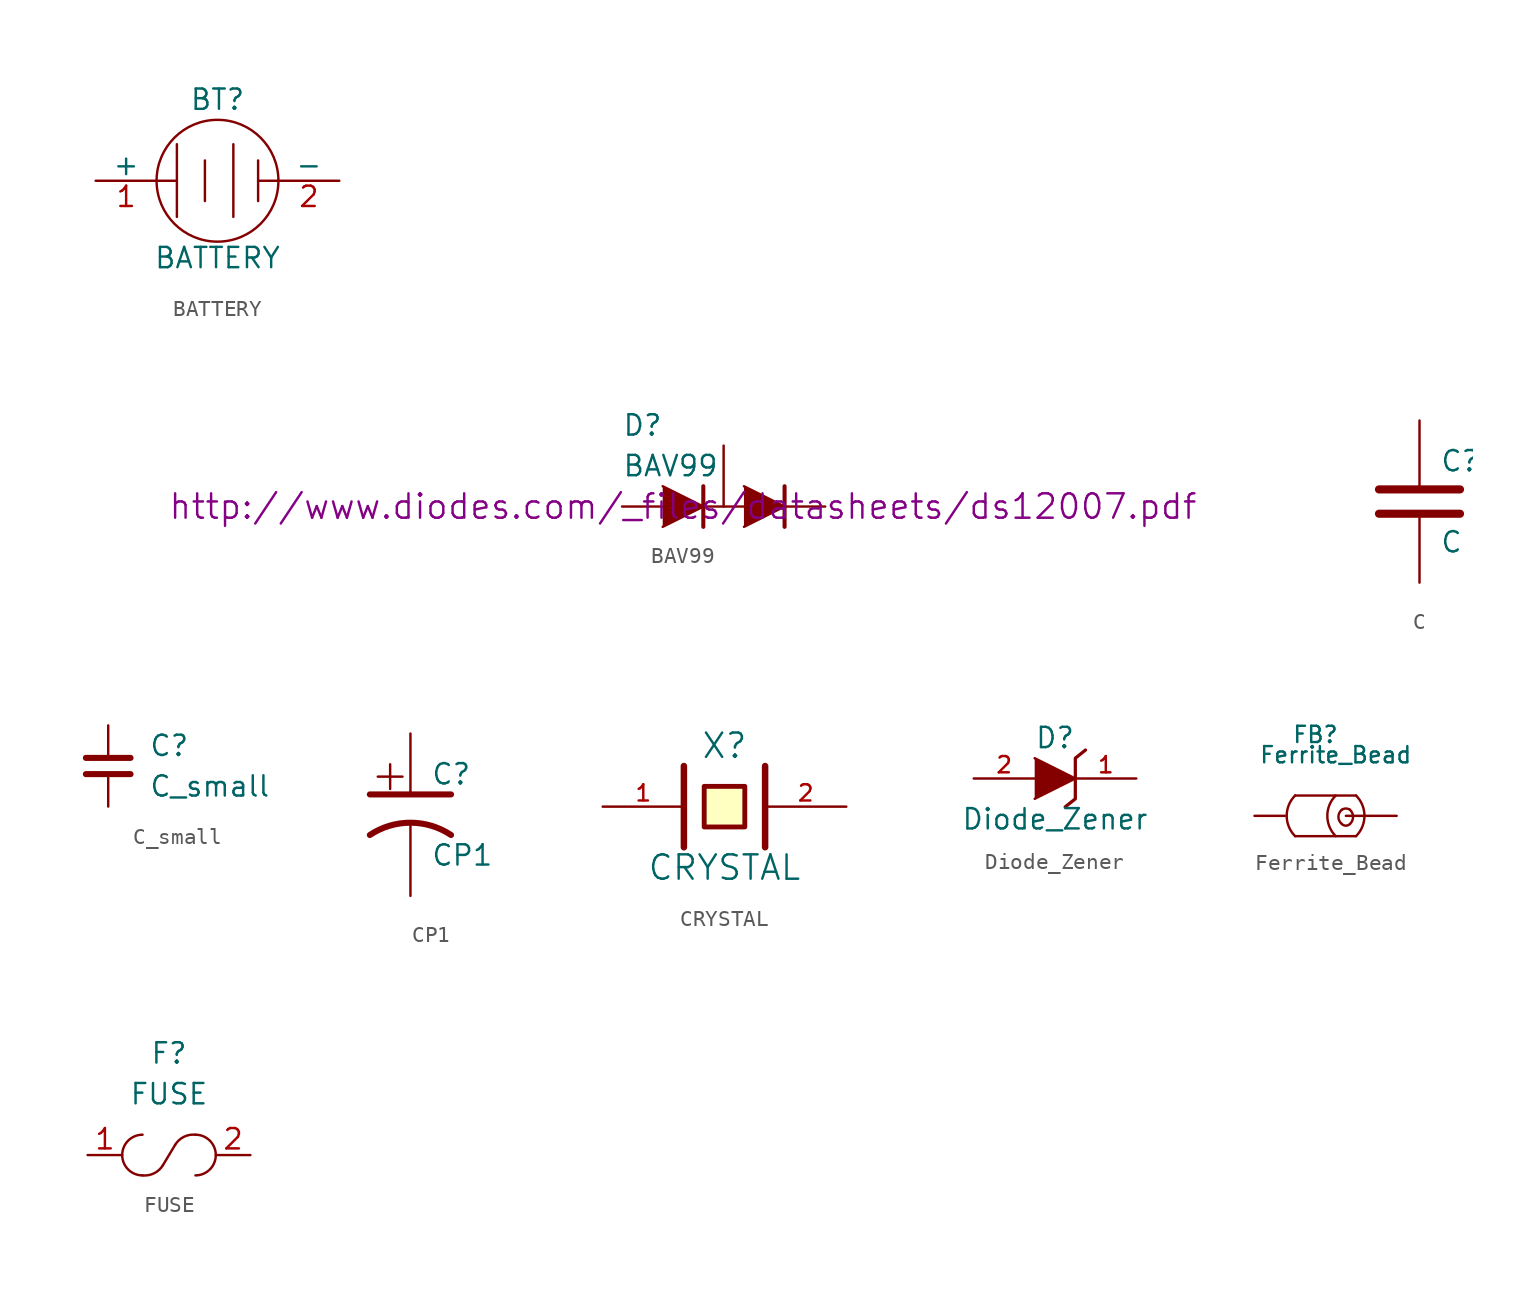
<source format=kicad_sym>
(kicad_symbol_lib
  (version 20231120)
  (generator "kicad_symbol_editor")
  (generator_version "8.0")
  (symbol "BATTERY"
    (pin_names
      (offset 0))
    (property "Reference" "BT"
      (at 0 5.08 0)
      (effects (font (size 1.27 1.27))))
    (property "Value" "BATTERY"
      (at 0 -4.826 0)
      (effects (font (size 1.27 1.27))))
    (property "Footprint" ""
      (at 0 0 0)
      (effects (font (size 1.524 1.524))))
    (property "Datasheet" ""
      (at 0 0 0)
      (effects (font (size 1.524 1.524))))
    (symbol "BATTERY_0_1"
      (polyline (pts (xy -2.54 0) (xy -3.81 0)) (stroke (width 0) (type default)) (fill (type none)))
      (polyline (pts (xy -2.54 2.286) (xy -2.54 -2.261)) (stroke (width 0.152) (type default)) (fill (type none)))
      (polyline (pts (xy -0.787 1.27) (xy -0.787 -1.27)) (stroke (width 0.152) (type default)) (fill (type none)))
      (polyline (pts (xy 0.991 2.286) (xy 0.991 -2.261)) (stroke (width 0.152) (type default)) (fill (type none)))
      (polyline (pts (xy 2.54 0) (xy 3.81 0)) (stroke (width 0) (type default)) (fill (type none)))
      (polyline (pts (xy 2.54 1.27) (xy 2.54 -1.27)) (stroke (width 0.152) (type default)) (fill (type none)))
      (circle (center 0 0) (radius 3.81) (stroke (width 0.152) (type default)) (fill (type none))))
    (symbol "BATTERY_1_1"
      (pin passive line (at -7.62 0 0) (length 3.81) (name "+" (effects (font (size 1.27 1.27)))) (number "1" (effects (font (size 1.27 1.27)))))
      (pin passive line (at 7.62 0 180) (length 3.81) (name "-" (effects (font (size 1.27 1.27)))) (number "2" (effects (font (size 1.27 1.27)))))))
  (symbol "BAV99"
    (pin_numbers hide)
    (pin_names
      (offset 1.016) hide)
    (property "Reference" "D"
      (at -6.35 5.08 0)
      (effects (font (size 1.27 1.27)) (justify left)))
    (property "Value" "BAV99"
      (at -6.35 2.54 0)
      (effects (font (size 1.27 1.27)) (justify left)))
    (property "Footprint" ""
      (at -2.54 0 0)
      (effects (font (size 1.524 1.524))))
    (property "Datasheet" "http://www.diodes.com/_files/datasheets/ds12007.pdf"
      (at -2.54 0 0)
      (effects (font (size 1.524 1.524))))
    (symbol "BAV99_0_1"
      (polyline (pts (xy -1.27 -1.27) (xy -1.27 1.27)) (stroke (width 0.254) (type default)) (fill (type none)))
      (polyline (pts (xy -1.27 0) (xy 1.27 0)) (stroke (width 0) (type default)) (fill (type none)))
      (polyline (pts (xy 3.81 -1.27) (xy 3.81 1.27)) (stroke (width 0.254) (type default)) (fill (type none)))
      (polyline (pts (xy -3.81 1.27) (xy -1.27 0) (xy -3.81 -1.27)) (stroke (width 0) (type default)) (fill (type outline)))
      (polyline (pts (xy 1.27 1.27) (xy 3.81 0) (xy 1.27 -1.27)) (stroke (width 0) (type default)) (fill (type outline))))
    (symbol "BAV99_1_1"
      (pin passive line (at -6.35 0 0) (length 2.54) (name "A1" (effects (font (size 1.016 1.016)))) (number "1" (effects (font (size 1.016 1.016)))))
      (pin passive line (at 6.35 0 180) (length 2.54) (name "K2" (effects (font (size 1.016 1.016)))) (number "2" (effects (font (size 1.016 1.016)))))
      (pin passive line (at 0 3.81 270) (length 3.81) (name "KA" (effects (font (size 1.016 1.016)))) (number "3" (effects (font (size 1.016 1.016)))))))
  (symbol "C"
    (pin_numbers hide)
    (pin_names
      (offset 0.254))
    (property "Reference" "C"
      (at 1.27 2.54 0)
      (effects (font (size 1.27 1.27)) (justify left)))
    (property "Value" "C"
      (at 1.27 -2.54 0)
      (effects (font (size 1.27 1.27)) (justify left)))
    (property "Footprint" ""
      (at 0 0 0)
      (effects (font (size 1.524 1.524))))
    (property "Datasheet" ""
      (at 0 0 0)
      (effects (font (size 1.524 1.524))))
    (symbol "C_0_1"
      (polyline (pts (xy -2.54 -0.762) (xy 2.54 -0.762)) (stroke (width 0.508) (type default)) (fill (type none)))
      (polyline (pts (xy -2.54 0.762) (xy 2.54 0.762)) (stroke (width 0.508) (type default)) (fill (type none))))
    (symbol "C_1_1"
      (pin passive line (at 0 5.08 270) (length 4.318) (name "~" (effects (font (size 1.016 1.016)))) (number "1" (effects (font (size 1.016 1.016)))))
      (pin passive line (at 0 -5.08 90) (length 4.318) (name "~" (effects (font (size 1.016 1.016)))) (number "2" (effects (font (size 1.016 1.016)))))))
  (symbol "C_small"
    (pin_numbers hide)
    (pin_names
      (offset 0.254))
    (property "Reference" "C"
      (at 2.54 1.27 0)
      (effects (font (size 1.27 1.27)) (justify left)))
    (property "Value" "C_small"
      (at 2.54 -1.27 0)
      (effects (font (size 1.27 1.27)) (justify left)))
    (symbol "C_small_0_1"
      (polyline (pts (xy -1.397 -0.508) (xy 1.397 -0.508)) (stroke (width 0.381) (type default)) (fill (type none)))
      (polyline (pts (xy -1.397 0.508) (xy 1.397 0.508)) (stroke (width 0.381) (type default)) (fill (type none))))
    (symbol "C_small_1_1"
      (pin passive line (at 0 2.54 270) (length 2.032) (name "~" (effects (font (size 1.27 1.27)))) (number "1" (effects (font (size 1.27 1.27)))))
      (pin passive line (at 0 -2.54 90) (length 2.032) (name "~" (effects (font (size 1.27 1.27)))) (number "2" (effects (font (size 1.27 1.27)))))))
  (symbol "CP1"
    (pin_numbers hide)
    (pin_names
      (offset 0.254) hide)
    (property "Reference" "C"
      (at 1.27 2.54 0)
      (effects (font (size 1.27 1.27)) (justify left)))
    (property "Value" "CP1"
      (at 1.27 -2.54 0)
      (effects (font (size 1.27 1.27)) (justify left)))
    (property "Footprint" ""
      (at 0 0 0)
      (effects (font (size 1.524 1.524))))
    (property "Datasheet" ""
      (at 0 0 0)
      (effects (font (size 1.524 1.524))))
    (symbol "CP1_0_0"
      (text "+" (at -1.27 2.54 0) (effects (font (size 2.032 2.032)))))
    (symbol "CP1_0_1"
      (polyline (pts (xy -2.54 1.27) (xy 2.54 1.27) (xy 1.27 1.27) (xy 1.27 1.27)) (stroke (width 0.381) (type default)) (fill (type none)))
      (arc (start 2.54 -1.27) (mid 0 -0.5009) (end -2.54 -1.27) (stroke (width 0.381) (type default)) (fill (type none))))
    (symbol "CP1_1_1"
      (pin passive line (at 0 5.08 270) (length 3.81) (name "~" (effects (font (size 1.016 1.016)))) (number "1" (effects (font (size 1.016 1.016)))))
      (pin passive line (at 0 -5.08 90) (length 4.572) (name "~" (effects (font (size 1.016 1.016)))) (number "2" (effects (font (size 1.016 1.016)))))))
  (symbol "CRYSTAL"
    (pin_names
      (offset 1.016) hide)
    (property "Reference" "X"
      (at 0 3.81 0)
      (effects (font (size 1.524 1.524))))
    (property "Value" "CRYSTAL"
      (at 0 -3.81 0)
      (effects (font (size 1.524 1.524))))
    (property "Footprint" ""
      (at 0 0 0)
      (effects (font (size 1.524 1.524))))
    (property "Datasheet" ""
      (at 0 0 0)
      (effects (font (size 1.524 1.524))))
    (symbol "CRYSTAL_0_1"
      (polyline (pts (xy -2.54 2.54) (xy -2.54 -2.54)) (stroke (width 0.406) (type default)) (fill (type none)))
      (polyline (pts (xy 2.54 2.54) (xy 2.54 -2.54)) (stroke (width 0.406) (type default)) (fill (type none)))
      (polyline (pts (xy -1.27 1.27) (xy 1.27 1.27) (xy 1.27 -1.27) (xy -1.27 -1.27) (xy -1.27 1.27)) (stroke (width 0.305) (type default)) (fill (type background))))
    (symbol "CRYSTAL_1_1"
      (pin passive line (at -7.62 0 0) (length 5.08) (name "1" (effects (font (size 1.016 1.016)))) (number "1" (effects (font (size 1.016 1.016)))))
      (pin passive line (at 7.62 0 180) (length 5.08) (name "2" (effects (font (size 1.016 1.016)))) (number "2" (effects (font (size 1.016 1.016)))))))
  (symbol "Diode_Zener"
    (pin_names
      (offset 1.016) hide)
    (property "Reference" "D"
      (at 0 2.54 0)
      (effects (font (size 1.27 1.27))))
    (property "Value" "Diode_Zener"
      (at 0 -2.54 0)
      (effects (font (size 1.27 1.27))))
    (property "Footprint" ""
      (at 0 0 0)
      (effects (font (size 1.524 1.524))))
    (property "Datasheet" ""
      (at 0 0 0)
      (effects (font (size 1.524 1.524))))
    (symbol "Diode_Zener_0_1"
      (polyline (pts (xy -1.27 1.27) (xy 1.27 0) (xy -1.27 -1.27)) (stroke (width 0) (type default)) (fill (type outline)))
      (polyline (pts (xy 1.905 1.778) (xy 1.27 1.27) (xy 1.27 -1.27) (xy 0.635 -1.778)) (stroke (width 0.203) (type default)) (fill (type none))))
    (symbol "Diode_Zener_1_1"
      (pin passive line (at 5.08 0 180) (length 3.81) (name "K" (effects (font (size 1.016 1.016)))) (number "1" (effects (font (size 1.016 1.016)))))
      (pin passive line (at -5.08 0 0) (length 3.81) (name "A" (effects (font (size 1.016 1.016)))) (number "2" (effects (font (size 1.016 1.016)))))))
  (symbol "Ferrite_Bead"
    (pin_numbers hide)
    (pin_names
      (offset 1.016) hide)
    (property "Reference" "FB"
      (at 0 5.08 0)
      (effects (font (size 1.016 1.016))))
    (property "Value" "Ferrite_Bead"
      (at 1.27 3.81 0)
      (effects (font (size 1.016 1.016))))
    (property "Footprint" ""
      (at 0 0 0)
      (effects (font (size 1.524 1.524))))
    (property "Datasheet" ""
      (at 0 0 0)
      (effects (font (size 1.524 1.524))))
    (symbol "Ferrite_Bead_0_1"
      (arc (start -1.27 1.27) (mid -1.7961 0) (end -1.27 -1.27) (stroke (width 0) (type default)) (fill (type none)))
      (polyline (pts (xy -1.27 1.27) (xy 2.54 1.27)) (stroke (width 0) (type default)) (fill (type none)))
      (polyline (pts (xy 2.54 -1.27) (xy -1.27 -1.27)) (stroke (width 0) (type default)) (fill (type none)))
      (arc (start 1.27 1.27) (mid 0.7439 0) (end 1.27 -1.27) (stroke (width 0) (type default)) (fill (type none)))
      (arc (start 1.651 -0.508) (mid 1.905 -0.6132) (end 2.159 -0.508) (stroke (width 0) (type default)) (fill (type none)))
      (arc (start 1.651 0.381) (mid 1.4369 -0.0678) (end 1.651 -0.508) (stroke (width 0) (type default)) (fill (type none)))
      (arc (start 2.159 -0.508) (mid 2.3538 -0.0681) (end 2.159 0.381) (stroke (width 0) (type default)) (fill (type none)))
      (arc (start 2.159 0.381) (mid 1.905 0.4579) (end 1.651 0.381) (stroke (width 0) (type default)) (fill (type none)))
      (arc (start 2.54 -1.27) (mid 3.0661 0) (end 2.54 1.27) (stroke (width 0) (type default)) (fill (type none))))
    (symbol "Ferrite_Bead_1_1"
      (pin input line (at 5.08 0 180) (length 3.175) (name "~" (effects (font (size 1.27 1.27)))) (number "1" (effects (font (size 1.27 1.27)))))
      (pin input line (at -3.81 0 0) (length 1.905) (name "~" (effects (font (size 1.27 1.27)))) (number "2" (effects (font (size 1.27 1.27)))))))
  (symbol "FUSE"
    (pin_names
      (offset 1.016) hide)
    (property "Reference" "F"
      (at 0 6.35 0)
      (effects (font (size 1.27 1.27))))
    (property "Value" "FUSE"
      (at 0 3.81 0)
      (effects (font (size 1.27 1.27))))
    (symbol "FUSE_0_1"
      (arc (start -1.651 -1.27) (mid -0.9236 -1.1354) (end -0.381 -0.635) (stroke (width 0) (type default)) (fill (type none)))
      (arc (start -1.651 1.27) (mid -2.9155 0) (end -1.651 -1.27) (stroke (width 0) (type default)) (fill (type none)))
      (polyline (pts (xy -0.381 -0.635) (xy 0.381 0.635)) (stroke (width 0) (type default)) (fill (type none)))
      (arc (start 1.651 -1.27) (mid 2.9155 0) (end 1.651 1.27) (stroke (width 0) (type default)) (fill (type none)))
      (arc (start 1.651 1.27) (mid 0.9236 1.1354) (end 0.381 0.635) (stroke (width 0) (type default)) (fill (type none))))
    (symbol "FUSE_1_1"
      (pin input line (at -5.08 0 0) (length 2.159) (name "1" (effects (font (size 1.27 1.27)))) (number "1" (effects (font (size 1.27 1.27)))))
      (pin input line (at 5.08 0 180) (length 2.159) (name "2" (effects (font (size 1.27 1.27)))) (number "2" (effects (font (size 1.27 1.27))))))))
</source>
